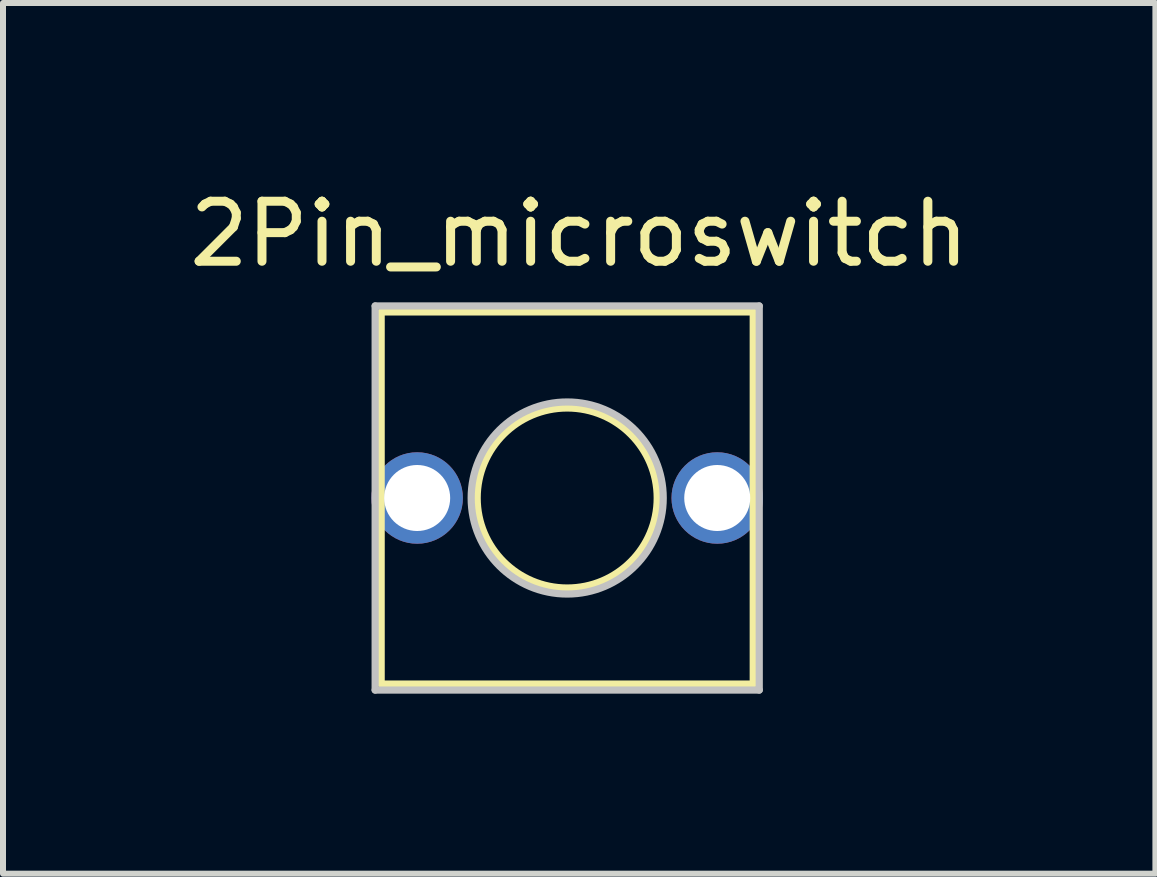
<source format=kicad_pcb>
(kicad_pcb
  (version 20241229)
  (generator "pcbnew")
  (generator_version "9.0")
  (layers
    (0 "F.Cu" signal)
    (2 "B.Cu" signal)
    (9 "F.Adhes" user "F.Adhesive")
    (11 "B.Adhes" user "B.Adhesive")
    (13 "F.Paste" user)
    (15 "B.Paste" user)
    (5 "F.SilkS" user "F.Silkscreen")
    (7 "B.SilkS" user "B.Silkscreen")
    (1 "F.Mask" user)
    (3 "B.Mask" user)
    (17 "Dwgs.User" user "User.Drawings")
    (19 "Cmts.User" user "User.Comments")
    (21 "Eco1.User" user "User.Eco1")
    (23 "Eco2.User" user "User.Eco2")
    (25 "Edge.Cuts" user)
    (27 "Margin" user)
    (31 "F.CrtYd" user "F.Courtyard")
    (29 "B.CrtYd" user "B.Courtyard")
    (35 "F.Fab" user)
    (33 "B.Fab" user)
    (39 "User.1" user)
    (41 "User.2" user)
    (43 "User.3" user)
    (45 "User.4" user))
  (footprint "2Pin_microswitch"
    (layer "F.Cu")
    (at 6.401 5.248)
    (property "Reference" "2Pin_microswitch" (at 0.2 -4.4 0) (layer "F.SilkS") (effects (font (size 1 1) (thickness 0.15))))
    (attr through_hole)
    (fp_line (start -3.1 -3.1) (end -3.1 3.1) (stroke (width 0.12) (type solid)) (layer "F.SilkS"))
    (fp_line (start -3.1 3.1) (end 3.1 3.1) (stroke (width 0.12) (type solid)) (layer "F.SilkS"))
    (fp_line (start 3.1 -3.1) (end -3.1 -3.1) (stroke (width 0.12) (type solid)) (layer "F.SilkS"))
    (fp_line (start 3.1 3.1) (end 3.1 -3.1) (stroke (width 0.12) (type solid)) (layer "F.SilkS"))
    (fp_circle (center 0 0) (end 1.5 0) (stroke (width 0.12) (type solid)) (fill no) (layer "F.SilkS"))
    (fp_line (start -3.2 -3.2) (end -3.2 3.2) (stroke (width 0.12) (type solid)) (layer "Dwgs.User"))
    (fp_line (start -3.2 3.2) (end 3.2 3.2) (stroke (width 0.12) (type solid)) (layer "Dwgs.User"))
    (fp_line (start 3.2 -3.2) (end -3.2 -3.2) (stroke (width 0.12) (type solid)) (layer "Dwgs.User"))
    (fp_line (start 3.2 -3.2) (end 3.2 3.2) (stroke (width 0.12) (type solid)) (layer "Dwgs.User"))
    (fp_circle (center 0 0) (end 1.6 0) (stroke (width 0.12) (type solid)) (fill no) (layer "Dwgs.User"))
    (pad "1" thru_hole circle (at 2.5 0) (size 1.524 1.524) (drill 1.1) (layers "*.Cu" "*.Mask"))
    (pad "2" thru_hole circle (at -2.5 0) (size 1.524 1.524) (drill 1.1) (layers "*.Cu" "*.Mask")))
  (gr_rect
    (start -3 -3)
    (end 16.202 11.508)
    (stroke (width 0.1) (type default))
    (fill no)
    (layer "Edge.Cuts")))
</source>
